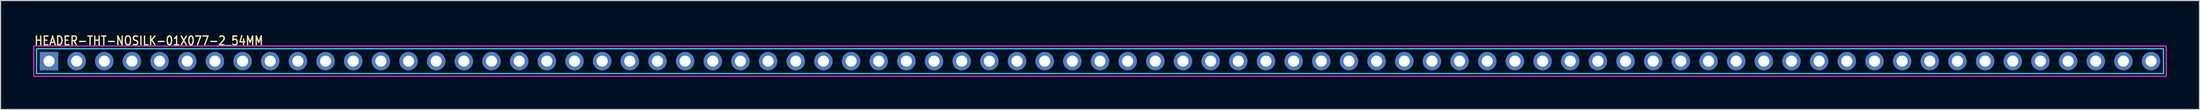
<source format=kicad_pcb>
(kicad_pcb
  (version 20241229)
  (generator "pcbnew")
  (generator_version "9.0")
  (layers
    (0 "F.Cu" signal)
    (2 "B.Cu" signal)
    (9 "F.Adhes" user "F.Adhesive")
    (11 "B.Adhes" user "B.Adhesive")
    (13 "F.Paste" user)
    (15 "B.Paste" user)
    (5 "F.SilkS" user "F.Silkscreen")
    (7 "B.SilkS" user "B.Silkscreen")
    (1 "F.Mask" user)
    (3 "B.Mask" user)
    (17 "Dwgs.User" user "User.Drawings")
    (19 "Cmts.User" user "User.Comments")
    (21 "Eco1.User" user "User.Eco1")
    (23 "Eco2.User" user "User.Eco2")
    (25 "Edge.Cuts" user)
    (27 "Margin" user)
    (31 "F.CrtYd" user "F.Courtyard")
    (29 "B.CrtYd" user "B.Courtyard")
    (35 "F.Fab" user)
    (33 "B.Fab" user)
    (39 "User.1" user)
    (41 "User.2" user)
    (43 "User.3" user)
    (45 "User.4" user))
  (footprint "HEADER-THT-NOSILK-01X077-2_54MM"
    (layer "F.Cu")
    (at 1.447 2.579)
    (property "Reference" "HEADER-THT-NOSILK-01X077-2_54MM" (at -1.4 -1.4 0) (unlocked yes) (layer "F.SilkS") (effects (font (size 0.813 0.695) (thickness 0.122)) (justify left bottom)))
    (fp_poly (pts (xy -1.143 -1.143) (xy 194.183 -1.143) (xy 194.183 1.143) (xy -1.143 1.143)) (stroke (width 0.1) (type solid)) (fill no) (layer "B.CrtYd"))
    (fp_poly (pts (xy -1.397 -1.397) (xy 194.437 -1.397) (xy 194.437 1.397) (xy -1.397 1.397)) (stroke (width 0.1) (type solid)) (fill no) (layer "F.CrtYd"))
    (pad "1" thru_hole rect (at 0 0) (size 1.693 1.693) (drill 1.016) (layers "*.Cu" "*.Mask"))
    (pad "2" thru_hole oval (at 2.54 0) (size 1.693 1.693) (drill 1.016) (layers "*.Cu" "*.Mask"))
    (pad "3" thru_hole oval (at 5.08 0) (size 1.693 1.693) (drill 1.016) (layers "*.Cu" "*.Mask"))
    (pad "4" thru_hole oval (at 7.62 0) (size 1.693 1.693) (drill 1.016) (layers "*.Cu" "*.Mask"))
    (pad "5" thru_hole oval (at 10.16 0) (size 1.693 1.693) (drill 1.016) (layers "*.Cu" "*.Mask"))
    (pad "6" thru_hole oval (at 12.7 0) (size 1.693 1.693) (drill 1.016) (layers "*.Cu" "*.Mask"))
    (pad "7" thru_hole oval (at 15.24 0) (size 1.693 1.693) (drill 1.016) (layers "*.Cu" "*.Mask"))
    (pad "8" thru_hole oval (at 17.78 0) (size 1.693 1.693) (drill 1.016) (layers "*.Cu" "*.Mask"))
    (pad "9" thru_hole oval (at 20.32 0) (size 1.693 1.693) (drill 1.016) (layers "*.Cu" "*.Mask"))
    (pad "10" thru_hole oval (at 22.86 0) (size 1.693 1.693) (drill 1.016) (layers "*.Cu" "*.Mask"))
    (pad "11" thru_hole oval (at 25.4 0) (size 1.693 1.693) (drill 1.016) (layers "*.Cu" "*.Mask"))
    (pad "12" thru_hole oval (at 27.94 0) (size 1.693 1.693) (drill 1.016) (layers "*.Cu" "*.Mask"))
    (pad "13" thru_hole oval (at 30.48 0) (size 1.693 1.693) (drill 1.016) (layers "*.Cu" "*.Mask"))
    (pad "14" thru_hole oval (at 33.02 0) (size 1.693 1.693) (drill 1.016) (layers "*.Cu" "*.Mask"))
    (pad "15" thru_hole oval (at 35.56 0) (size 1.693 1.693) (drill 1.016) (layers "*.Cu" "*.Mask"))
    (pad "16" thru_hole oval (at 38.1 0) (size 1.693 1.693) (drill 1.016) (layers "*.Cu" "*.Mask"))
    (pad "17" thru_hole oval (at 40.64 0) (size 1.693 1.693) (drill 1.016) (layers "*.Cu" "*.Mask"))
    (pad "18" thru_hole oval (at 43.18 0) (size 1.693 1.693) (drill 1.016) (layers "*.Cu" "*.Mask"))
    (pad "19" thru_hole oval (at 45.72 0) (size 1.693 1.693) (drill 1.016) (layers "*.Cu" "*.Mask"))
    (pad "20" thru_hole oval (at 48.26 0) (size 1.693 1.693) (drill 1.016) (layers "*.Cu" "*.Mask"))
    (pad "21" thru_hole oval (at 50.8 0) (size 1.693 1.693) (drill 1.016) (layers "*.Cu" "*.Mask"))
    (pad "22" thru_hole oval (at 53.34 0) (size 1.693 1.693) (drill 1.016) (layers "*.Cu" "*.Mask"))
    (pad "23" thru_hole oval (at 55.88 0) (size 1.693 1.693) (drill 1.016) (layers "*.Cu" "*.Mask"))
    (pad "24" thru_hole oval (at 58.42 0) (size 1.693 1.693) (drill 1.016) (layers "*.Cu" "*.Mask"))
    (pad "25" thru_hole oval (at 60.96 0) (size 1.693 1.693) (drill 1.016) (layers "*.Cu" "*.Mask"))
    (pad "26" thru_hole oval (at 63.5 0) (size 1.693 1.693) (drill 1.016) (layers "*.Cu" "*.Mask"))
    (pad "27" thru_hole oval (at 66.04 0) (size 1.693 1.693) (drill 1.016) (layers "*.Cu" "*.Mask"))
    (pad "28" thru_hole oval (at 68.58 0) (size 1.693 1.693) (drill 1.016) (layers "*.Cu" "*.Mask"))
    (pad "29" thru_hole oval (at 71.12 0) (size 1.693 1.693) (drill 1.016) (layers "*.Cu" "*.Mask"))
    (pad "30" thru_hole oval (at 73.66 0) (size 1.693 1.693) (drill 1.016) (layers "*.Cu" "*.Mask"))
    (pad "31" thru_hole oval (at 76.2 0) (size 1.693 1.693) (drill 1.016) (layers "*.Cu" "*.Mask"))
    (pad "32" thru_hole oval (at 78.74 0) (size 1.693 1.693) (drill 1.016) (layers "*.Cu" "*.Mask"))
    (pad "33" thru_hole oval (at 81.28 0) (size 1.693 1.693) (drill 1.016) (layers "*.Cu" "*.Mask"))
    (pad "34" thru_hole oval (at 83.82 0) (size 1.693 1.693) (drill 1.016) (layers "*.Cu" "*.Mask"))
    (pad "35" thru_hole oval (at 86.36 0) (size 1.693 1.693) (drill 1.016) (layers "*.Cu" "*.Mask"))
    (pad "36" thru_hole oval (at 88.9 0) (size 1.693 1.693) (drill 1.016) (layers "*.Cu" "*.Mask"))
    (pad "37" thru_hole oval (at 91.44 0) (size 1.693 1.693) (drill 1.016) (layers "*.Cu" "*.Mask"))
    (pad "38" thru_hole oval (at 93.98 0) (size 1.693 1.693) (drill 1.016) (layers "*.Cu" "*.Mask"))
    (pad "39" thru_hole oval (at 96.52 0) (size 1.693 1.693) (drill 1.016) (layers "*.Cu" "*.Mask"))
    (pad "40" thru_hole oval (at 99.06 0) (size 1.693 1.693) (drill 1.016) (layers "*.Cu" "*.Mask"))
    (pad "41" thru_hole oval (at 101.6 0) (size 1.693 1.693) (drill 1.016) (layers "*.Cu" "*.Mask"))
    (pad "42" thru_hole oval (at 104.14 0) (size 1.693 1.693) (drill 1.016) (layers "*.Cu" "*.Mask"))
    (pad "43" thru_hole oval (at 106.68 0) (size 1.693 1.693) (drill 1.016) (layers "*.Cu" "*.Mask"))
    (pad "44" thru_hole oval (at 109.22 0) (size 1.693 1.693) (drill 1.016) (layers "*.Cu" "*.Mask"))
    (pad "45" thru_hole oval (at 111.76 0) (size 1.693 1.693) (drill 1.016) (layers "*.Cu" "*.Mask"))
    (pad "46" thru_hole oval (at 114.3 0) (size 1.693 1.693) (drill 1.016) (layers "*.Cu" "*.Mask"))
    (pad "47" thru_hole oval (at 116.84 0) (size 1.693 1.693) (drill 1.016) (layers "*.Cu" "*.Mask"))
    (pad "48" thru_hole oval (at 119.38 0) (size 1.693 1.693) (drill 1.016) (layers "*.Cu" "*.Mask"))
    (pad "49" thru_hole oval (at 121.92 0) (size 1.693 1.693) (drill 1.016) (layers "*.Cu" "*.Mask"))
    (pad "50" thru_hole oval (at 124.46 0) (size 1.693 1.693) (drill 1.016) (layers "*.Cu" "*.Mask"))
    (pad "51" thru_hole oval (at 127 0) (size 1.693 1.693) (drill 1.016) (layers "*.Cu" "*.Mask"))
    (pad "52" thru_hole oval (at 129.54 0) (size 1.693 1.693) (drill 1.016) (layers "*.Cu" "*.Mask"))
    (pad "53" thru_hole oval (at 132.08 0) (size 1.693 1.693) (drill 1.016) (layers "*.Cu" "*.Mask"))
    (pad "54" thru_hole oval (at 134.62 0) (size 1.693 1.693) (drill 1.016) (layers "*.Cu" "*.Mask"))
    (pad "55" thru_hole oval (at 137.16 0) (size 1.693 1.693) (drill 1.016) (layers "*.Cu" "*.Mask"))
    (pad "56" thru_hole oval (at 139.7 0) (size 1.693 1.693) (drill 1.016) (layers "*.Cu" "*.Mask"))
    (pad "57" thru_hole oval (at 142.24 0) (size 1.693 1.693) (drill 1.016) (layers "*.Cu" "*.Mask"))
    (pad "58" thru_hole oval (at 144.78 0) (size 1.693 1.693) (drill 1.016) (layers "*.Cu" "*.Mask"))
    (pad "59" thru_hole oval (at 147.32 0) (size 1.693 1.693) (drill 1.016) (layers "*.Cu" "*.Mask"))
    (pad "60" thru_hole oval (at 149.86 0) (size 1.693 1.693) (drill 1.016) (layers "*.Cu" "*.Mask"))
    (pad "61" thru_hole oval (at 152.4 0) (size 1.693 1.693) (drill 1.016) (layers "*.Cu" "*.Mask"))
    (pad "62" thru_hole oval (at 154.94 0) (size 1.693 1.693) (drill 1.016) (layers "*.Cu" "*.Mask"))
    (pad "63" thru_hole oval (at 157.48 0) (size 1.693 1.693) (drill 1.016) (layers "*.Cu" "*.Mask"))
    (pad "64" thru_hole oval (at 160.02 0) (size 1.693 1.693) (drill 1.016) (layers "*.Cu" "*.Mask"))
    (pad "65" thru_hole oval (at 162.56 0) (size 1.693 1.693) (drill 1.016) (layers "*.Cu" "*.Mask"))
    (pad "66" thru_hole oval (at 165.1 0) (size 1.693 1.693) (drill 1.016) (layers "*.Cu" "*.Mask"))
    (pad "67" thru_hole oval (at 167.64 0) (size 1.693 1.693) (drill 1.016) (layers "*.Cu" "*.Mask"))
    (pad "68" thru_hole oval (at 170.18 0) (size 1.693 1.693) (drill 1.016) (layers "*.Cu" "*.Mask"))
    (pad "69" thru_hole oval (at 172.72 0) (size 1.693 1.693) (drill 1.016) (layers "*.Cu" "*.Mask"))
    (pad "70" thru_hole oval (at 175.26 0) (size 1.693 1.693) (drill 1.016) (layers "*.Cu" "*.Mask"))
    (pad "71" thru_hole oval (at 177.8 0) (size 1.693 1.693) (drill 1.016) (layers "*.Cu" "*.Mask"))
    (pad "72" thru_hole oval (at 180.34 0) (size 1.693 1.693) (drill 1.016) (layers "*.Cu" "*.Mask"))
    (pad "73" thru_hole oval (at 182.88 0) (size 1.693 1.693) (drill 1.016) (layers "*.Cu" "*.Mask"))
    (pad "74" thru_hole oval (at 185.42 0) (size 1.693 1.693) (drill 1.016) (layers "*.Cu" "*.Mask"))
    (pad "75" thru_hole oval (at 187.96 0) (size 1.693 1.693) (drill 1.016) (layers "*.Cu" "*.Mask"))
    (pad "76" thru_hole oval (at 190.5 0) (size 1.693 1.693) (drill 1.016) (layers "*.Cu" "*.Mask"))
    (pad "77" thru_hole oval (at 193.04 0) (size 1.693 1.693) (drill 1.016) (layers "*.Cu" "*.Mask")))
  (gr_rect
    (start -3 -3)
    (end 198.934 7.026)
    (stroke (width 0.1) (type default))
    (fill no)
    (layer "Edge.Cuts")))
</source>
